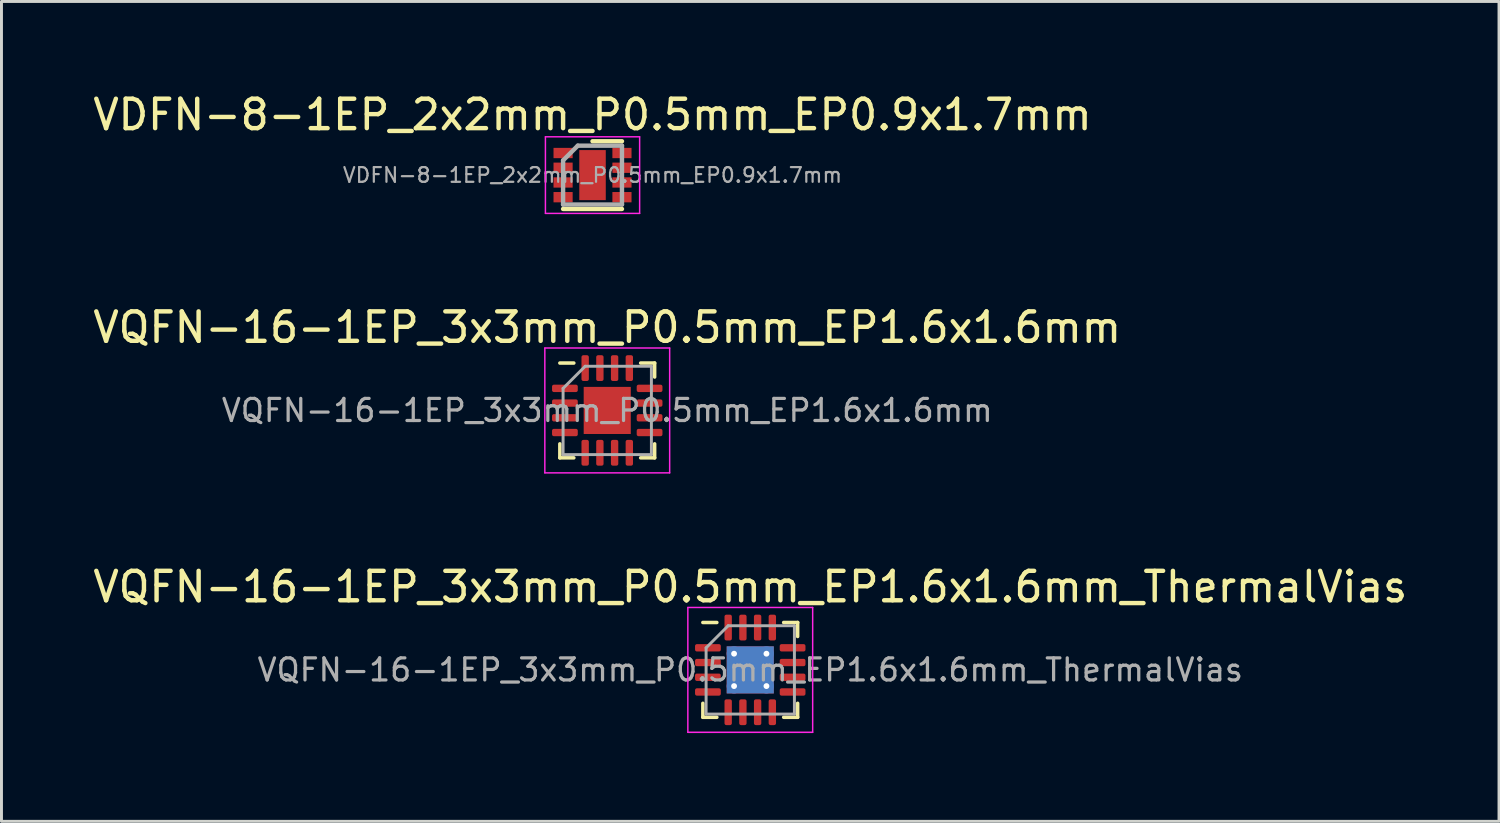
<source format=kicad_pcb>
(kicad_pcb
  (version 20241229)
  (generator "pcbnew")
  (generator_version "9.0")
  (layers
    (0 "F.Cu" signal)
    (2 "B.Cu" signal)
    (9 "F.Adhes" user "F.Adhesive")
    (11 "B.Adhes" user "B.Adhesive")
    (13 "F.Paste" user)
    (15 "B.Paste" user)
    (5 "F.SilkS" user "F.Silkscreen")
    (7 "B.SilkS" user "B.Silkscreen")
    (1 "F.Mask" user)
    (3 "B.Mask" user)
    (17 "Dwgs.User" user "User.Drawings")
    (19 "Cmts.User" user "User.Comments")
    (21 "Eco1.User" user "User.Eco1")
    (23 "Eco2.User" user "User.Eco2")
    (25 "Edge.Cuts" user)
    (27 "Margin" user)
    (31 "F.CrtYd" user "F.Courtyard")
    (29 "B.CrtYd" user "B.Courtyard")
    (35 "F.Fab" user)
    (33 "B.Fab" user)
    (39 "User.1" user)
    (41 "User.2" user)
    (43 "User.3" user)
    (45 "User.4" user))
  (footprint "VQFN-16-1EP_3x3mm_P0.5mm_EP1.6x1.6mm"
    (layer "F.Cu")
    (at 17.577 10.892)
    (property "Reference" "VQFN-16-1EP_3x3mm_P0.5mm_EP1.6x1.6mm" (at 0 -2.82 0) (layer "F.SilkS") (effects (font (size 1 1) (thickness 0.15))))
    (attr smd)
    (fp_line (start -1.61 1.61) (end -1.61 1.135) (stroke (width 0.12) (type solid)) (layer "F.SilkS"))
    (fp_line (start -1.135 -1.61) (end -1.61 -1.61) (stroke (width 0.12) (type solid)) (layer "F.SilkS"))
    (fp_line (start -1.135 1.61) (end -1.61 1.61) (stroke (width 0.12) (type solid)) (layer "F.SilkS"))
    (fp_line (start 1.135 -1.61) (end 1.61 -1.61) (stroke (width 0.12) (type solid)) (layer "F.SilkS"))
    (fp_line (start 1.135 1.61) (end 1.61 1.61) (stroke (width 0.12) (type solid)) (layer "F.SilkS"))
    (fp_line (start 1.61 -1.61) (end 1.61 -1.135) (stroke (width 0.12) (type solid)) (layer "F.SilkS"))
    (fp_line (start 1.61 1.61) (end 1.61 1.135) (stroke (width 0.12) (type solid)) (layer "F.SilkS"))
    (fp_line (start -2.12 -2.12) (end -2.12 2.12) (stroke (width 0.05) (type solid)) (layer "F.CrtYd"))
    (fp_line (start -2.12 2.12) (end 2.12 2.12) (stroke (width 0.05) (type solid)) (layer "F.CrtYd"))
    (fp_line (start 2.12 -2.12) (end -2.12 -2.12) (stroke (width 0.05) (type solid)) (layer "F.CrtYd"))
    (fp_line (start 2.12 2.12) (end 2.12 -2.12) (stroke (width 0.05) (type solid)) (layer "F.CrtYd"))
    (fp_line (start -1.5 -0.75) (end -0.75 -1.5) (stroke (width 0.1) (type solid)) (layer "F.Fab"))
    (fp_line (start -1.5 1.5) (end -1.5 -0.75) (stroke (width 0.1) (type solid)) (layer "F.Fab"))
    (fp_line (start -0.75 -1.5) (end 1.5 -1.5) (stroke (width 0.1) (type solid)) (layer "F.Fab"))
    (fp_line (start 1.5 -1.5) (end 1.5 1.5) (stroke (width 0.1) (type solid)) (layer "F.Fab"))
    (fp_line (start 1.5 1.5) (end -1.5 1.5) (stroke (width 0.1) (type solid)) (layer "F.Fab"))
    (fp_text user "${REFERENCE}" (at 0 0 0) (layer "F.Fab") (effects (font (size 0.75 0.75) (thickness 0.11))))
    (pad "" smd roundrect (at -0.4 -0.4) (size 0.64 0.64) (layers "F.Paste") (roundrect_rratio 0.25))
    (pad "" smd roundrect (at -0.4 0.4) (size 0.64 0.64) (layers "F.Paste") (roundrect_rratio 0.25))
    (pad "" smd roundrect (at 0.4 -0.4) (size 0.64 0.64) (layers "F.Paste") (roundrect_rratio 0.25))
    (pad "" smd roundrect (at 0.4 0.4) (size 0.64 0.64) (layers "F.Paste") (roundrect_rratio 0.25))
    (pad "1" smd roundrect (at -1.438 -0.75) (size 0.875 0.25) (layers "F.Cu" "F.Mask" "F.Paste") (roundrect_rratio 0.25))
    (pad "2" smd roundrect (at -1.438 -0.25) (size 0.875 0.25) (layers "F.Cu" "F.Mask" "F.Paste") (roundrect_rratio 0.25))
    (pad "3" smd roundrect (at -1.438 0.25) (size 0.875 0.25) (layers "F.Cu" "F.Mask" "F.Paste") (roundrect_rratio 0.25))
    (pad "4" smd roundrect (at -1.438 0.75) (size 0.875 0.25) (layers "F.Cu" "F.Mask" "F.Paste") (roundrect_rratio 0.25))
    (pad "5" smd roundrect (at -0.75 1.438) (size 0.25 0.875) (layers "F.Cu" "F.Mask" "F.Paste") (roundrect_rratio 0.25))
    (pad "6" smd roundrect (at -0.25 1.438) (size 0.25 0.875) (layers "F.Cu" "F.Mask" "F.Paste") (roundrect_rratio 0.25))
    (pad "7" smd roundrect (at 0.25 1.438) (size 0.25 0.875) (layers "F.Cu" "F.Mask" "F.Paste") (roundrect_rratio 0.25))
    (pad "8" smd roundrect (at 0.75 1.438) (size 0.25 0.875) (layers "F.Cu" "F.Mask" "F.Paste") (roundrect_rratio 0.25))
    (pad "9" smd roundrect (at 1.438 0.75) (size 0.875 0.25) (layers "F.Cu" "F.Mask" "F.Paste") (roundrect_rratio 0.25))
    (pad "10" smd roundrect (at 1.438 0.25) (size 0.875 0.25) (layers "F.Cu" "F.Mask" "F.Paste") (roundrect_rratio 0.25))
    (pad "11" smd roundrect (at 1.438 -0.25) (size 0.875 0.25) (layers "F.Cu" "F.Mask" "F.Paste") (roundrect_rratio 0.25))
    (pad "12" smd roundrect (at 1.438 -0.75) (size 0.875 0.25) (layers "F.Cu" "F.Mask" "F.Paste") (roundrect_rratio 0.25))
    (pad "13" smd roundrect (at 0.75 -1.438) (size 0.25 0.875) (layers "F.Cu" "F.Mask" "F.Paste") (roundrect_rratio 0.25))
    (pad "14" smd roundrect (at 0.25 -1.438) (size 0.25 0.875) (layers "F.Cu" "F.Mask" "F.Paste") (roundrect_rratio 0.25))
    (pad "15" smd roundrect (at -0.25 -1.438) (size 0.25 0.875) (layers "F.Cu" "F.Mask" "F.Paste") (roundrect_rratio 0.25))
    (pad "16" smd roundrect (at -0.75 -1.438) (size 0.25 0.875) (layers "F.Cu" "F.Mask" "F.Paste") (roundrect_rratio 0.25))
    (pad "17" smd rect (at 0 0) (size 1.6 1.6) (layers "F.Cu" "F.Mask")))
  (footprint "VDFN-8-1EP_2x2mm_P0.5mm_EP0.9x1.7mm"
    (layer "F.Cu")
    (at 17.077 2.898)
    (property "Reference" "VDFN-8-1EP_2x2mm_P0.5mm_EP0.9x1.7mm" (at 0 -2.05 0) (layer "F.SilkS") (effects (font (size 1 1) (thickness 0.15))))
    (attr smd)
    (fp_line (start -1 1.15) (end 1 1.15) (stroke (width 0.15) (type solid)) (layer "F.SilkS"))
    (fp_line (start 0 -1.15) (end 1 -1.15) (stroke (width 0.15) (type solid)) (layer "F.SilkS"))
    (fp_line (start -1.6 -1.3) (end -1.6 1.3) (stroke (width 0.05) (type solid)) (layer "F.CrtYd"))
    (fp_line (start -1.6 -1.3) (end 1.6 -1.3) (stroke (width 0.05) (type solid)) (layer "F.CrtYd"))
    (fp_line (start -1.6 1.3) (end 1.6 1.3) (stroke (width 0.05) (type solid)) (layer "F.CrtYd"))
    (fp_line (start 1.6 -1.3) (end 1.6 1.3) (stroke (width 0.05) (type solid)) (layer "F.CrtYd"))
    (fp_line (start -1 -0.5) (end -0.5 -1) (stroke (width 0.15) (type solid)) (layer "F.Fab"))
    (fp_line (start -1 1) (end -1 -0.5) (stroke (width 0.15) (type solid)) (layer "F.Fab"))
    (fp_line (start -0.5 -1) (end 1 -1) (stroke (width 0.15) (type solid)) (layer "F.Fab"))
    (fp_line (start 1 -1) (end 1 1) (stroke (width 0.15) (type solid)) (layer "F.Fab"))
    (fp_line (start 1 1) (end -1 1) (stroke (width 0.15) (type solid)) (layer "F.Fab"))
    (fp_text user "${REFERENCE}" (at 0 0 0) (layer "F.Fab") (effects (font (size 0.5 0.5) (thickness 0.075))))
    (pad "" smd rect (at 0 -0.425) (size 0.72 0.69) (layers "F.Paste"))
    (pad "" smd rect (at 0 0.425) (size 0.72 0.69) (layers "F.Paste"))
    (pad "1" smd rect (at -1 -0.75) (size 0.65 0.35) (layers "F.Cu" "F.Mask" "F.Paste"))
    (pad "2" smd rect (at -1 -0.25) (size 0.65 0.35) (layers "F.Cu" "F.Mask" "F.Paste"))
    (pad "3" smd rect (at -1 0.25) (size 0.65 0.35) (layers "F.Cu" "F.Mask" "F.Paste"))
    (pad "4" smd rect (at -1 0.75) (size 0.65 0.35) (layers "F.Cu" "F.Mask" "F.Paste"))
    (pad "5" smd rect (at 1 0.75) (size 0.65 0.35) (layers "F.Cu" "F.Mask" "F.Paste"))
    (pad "6" smd rect (at 1 0.25) (size 0.65 0.35) (layers "F.Cu" "F.Mask" "F.Paste"))
    (pad "7" smd rect (at 1 -0.25) (size 0.65 0.35) (layers "F.Cu" "F.Mask" "F.Paste"))
    (pad "8" smd rect (at 1 -0.75) (size 0.65 0.35) (layers "F.Cu" "F.Mask" "F.Paste"))
    (pad "9" smd rect (at 0 0) (size 0.9 1.7) (layers "F.Cu" "F.Mask")))
  (footprint "VQFN-16-1EP_3x3mm_P0.5mm_EP1.6x1.6mm_ThermalVias"
    (layer "F.Cu")
    (at 22.435 19.705)
    (property "Reference" "VQFN-16-1EP_3x3mm_P0.5mm_EP1.6x1.6mm_ThermalVias" (at 0 -2.82 0) (layer "F.SilkS") (effects (font (size 1 1) (thickness 0.15))))
    (attr smd)
    (fp_line (start -1.61 1.61) (end -1.61 1.135) (stroke (width 0.12) (type solid)) (layer "F.SilkS"))
    (fp_line (start -1.135 -1.61) (end -1.61 -1.61) (stroke (width 0.12) (type solid)) (layer "F.SilkS"))
    (fp_line (start -1.135 1.61) (end -1.61 1.61) (stroke (width 0.12) (type solid)) (layer "F.SilkS"))
    (fp_line (start 1.135 -1.61) (end 1.61 -1.61) (stroke (width 0.12) (type solid)) (layer "F.SilkS"))
    (fp_line (start 1.135 1.61) (end 1.61 1.61) (stroke (width 0.12) (type solid)) (layer "F.SilkS"))
    (fp_line (start 1.61 -1.61) (end 1.61 -1.135) (stroke (width 0.12) (type solid)) (layer "F.SilkS"))
    (fp_line (start 1.61 1.61) (end 1.61 1.135) (stroke (width 0.12) (type solid)) (layer "F.SilkS"))
    (fp_line (start -2.12 -2.12) (end -2.12 2.12) (stroke (width 0.05) (type solid)) (layer "F.CrtYd"))
    (fp_line (start -2.12 2.12) (end 2.12 2.12) (stroke (width 0.05) (type solid)) (layer "F.CrtYd"))
    (fp_line (start 2.12 -2.12) (end -2.12 -2.12) (stroke (width 0.05) (type solid)) (layer "F.CrtYd"))
    (fp_line (start 2.12 2.12) (end 2.12 -2.12) (stroke (width 0.05) (type solid)) (layer "F.CrtYd"))
    (fp_line (start -1.5 -0.75) (end -0.75 -1.5) (stroke (width 0.1) (type solid)) (layer "F.Fab"))
    (fp_line (start -1.5 1.5) (end -1.5 -0.75) (stroke (width 0.1) (type solid)) (layer "F.Fab"))
    (fp_line (start -0.75 -1.5) (end 1.5 -1.5) (stroke (width 0.1) (type solid)) (layer "F.Fab"))
    (fp_line (start 1.5 -1.5) (end 1.5 1.5) (stroke (width 0.1) (type solid)) (layer "F.Fab"))
    (fp_line (start 1.5 1.5) (end -1.5 1.5) (stroke (width 0.1) (type solid)) (layer "F.Fab"))
    (fp_text user "${REFERENCE}" (at 0 0 0) (layer "F.Fab") (effects (font (size 0.75 0.75) (thickness 0.11))))
    (pad "" smd roundrect (at -0.4 -0.4) (size 0.69 0.69) (layers "F.Paste") (roundrect_rratio 0.25))
    (pad "" smd roundrect (at -0.4 0.4) (size 0.69 0.69) (layers "F.Paste") (roundrect_rratio 0.25))
    (pad "" smd roundrect (at 0.4 -0.4) (size 0.69 0.69) (layers "F.Paste") (roundrect_rratio 0.25))
    (pad "" smd roundrect (at 0.4 0.4) (size 0.69 0.69) (layers "F.Paste") (roundrect_rratio 0.25))
    (pad "1" smd roundrect (at -1.438 -0.75) (size 0.875 0.25) (layers "F.Cu" "F.Mask" "F.Paste") (roundrect_rratio 0.25))
    (pad "2" smd roundrect (at -1.438 -0.25) (size 0.875 0.25) (layers "F.Cu" "F.Mask" "F.Paste") (roundrect_rratio 0.25))
    (pad "3" smd roundrect (at -1.438 0.25) (size 0.875 0.25) (layers "F.Cu" "F.Mask" "F.Paste") (roundrect_rratio 0.25))
    (pad "4" smd roundrect (at -1.438 0.75) (size 0.875 0.25) (layers "F.Cu" "F.Mask" "F.Paste") (roundrect_rratio 0.25))
    (pad "5" smd roundrect (at -0.75 1.438) (size 0.25 0.875) (layers "F.Cu" "F.Mask" "F.Paste") (roundrect_rratio 0.25))
    (pad "6" smd roundrect (at -0.25 1.438) (size 0.25 0.875) (layers "F.Cu" "F.Mask" "F.Paste") (roundrect_rratio 0.25))
    (pad "7" smd roundrect (at 0.25 1.438) (size 0.25 0.875) (layers "F.Cu" "F.Mask" "F.Paste") (roundrect_rratio 0.25))
    (pad "8" smd roundrect (at 0.75 1.438) (size 0.25 0.875) (layers "F.Cu" "F.Mask" "F.Paste") (roundrect_rratio 0.25))
    (pad "9" smd roundrect (at 1.438 0.75) (size 0.875 0.25) (layers "F.Cu" "F.Mask" "F.Paste") (roundrect_rratio 0.25))
    (pad "10" smd roundrect (at 1.438 0.25) (size 0.875 0.25) (layers "F.Cu" "F.Mask" "F.Paste") (roundrect_rratio 0.25))
    (pad "11" smd roundrect (at 1.438 -0.25) (size 0.875 0.25) (layers "F.Cu" "F.Mask" "F.Paste") (roundrect_rratio 0.25))
    (pad "12" smd roundrect (at 1.438 -0.75) (size 0.875 0.25) (layers "F.Cu" "F.Mask" "F.Paste") (roundrect_rratio 0.25))
    (pad "13" smd roundrect (at 0.75 -1.438) (size 0.25 0.875) (layers "F.Cu" "F.Mask" "F.Paste") (roundrect_rratio 0.25))
    (pad "14" smd roundrect (at 0.25 -1.438) (size 0.25 0.875) (layers "F.Cu" "F.Mask" "F.Paste") (roundrect_rratio 0.25))
    (pad "15" smd roundrect (at -0.25 -1.438) (size 0.25 0.875) (layers "F.Cu" "F.Mask" "F.Paste") (roundrect_rratio 0.25))
    (pad "16" smd roundrect (at -0.75 -1.438) (size 0.25 0.875) (layers "F.Cu" "F.Mask" "F.Paste") (roundrect_rratio 0.25))
    (pad "17" thru_hole circle (at -0.55 -0.55) (size 0.5 0.5) (drill 0.2) (layers "*.Cu"))
    (pad "17" thru_hole circle (at -0.55 0.55) (size 0.5 0.5) (drill 0.2) (layers "*.Cu"))
    (pad "17" smd rect (at 0 0) (size 1.6 1.6) (layers "F.Cu" "F.Mask"))
    (pad "17" smd rect (at 0 0) (size 1.6 1.6) (layers "B.Cu"))
    (pad "17" thru_hole circle (at 0.55 -0.55) (size 0.5 0.5) (drill 0.2) (layers "*.Cu"))
    (pad "17" thru_hole circle (at 0.55 0.55) (size 0.5 0.5) (drill 0.2) (layers "*.Cu")))
  (gr_rect
    (start -3 -3)
    (end 47.869 24.85)
    (stroke (width 0.1) (type default))
    (fill no)
    (layer "Edge.Cuts")))
</source>
